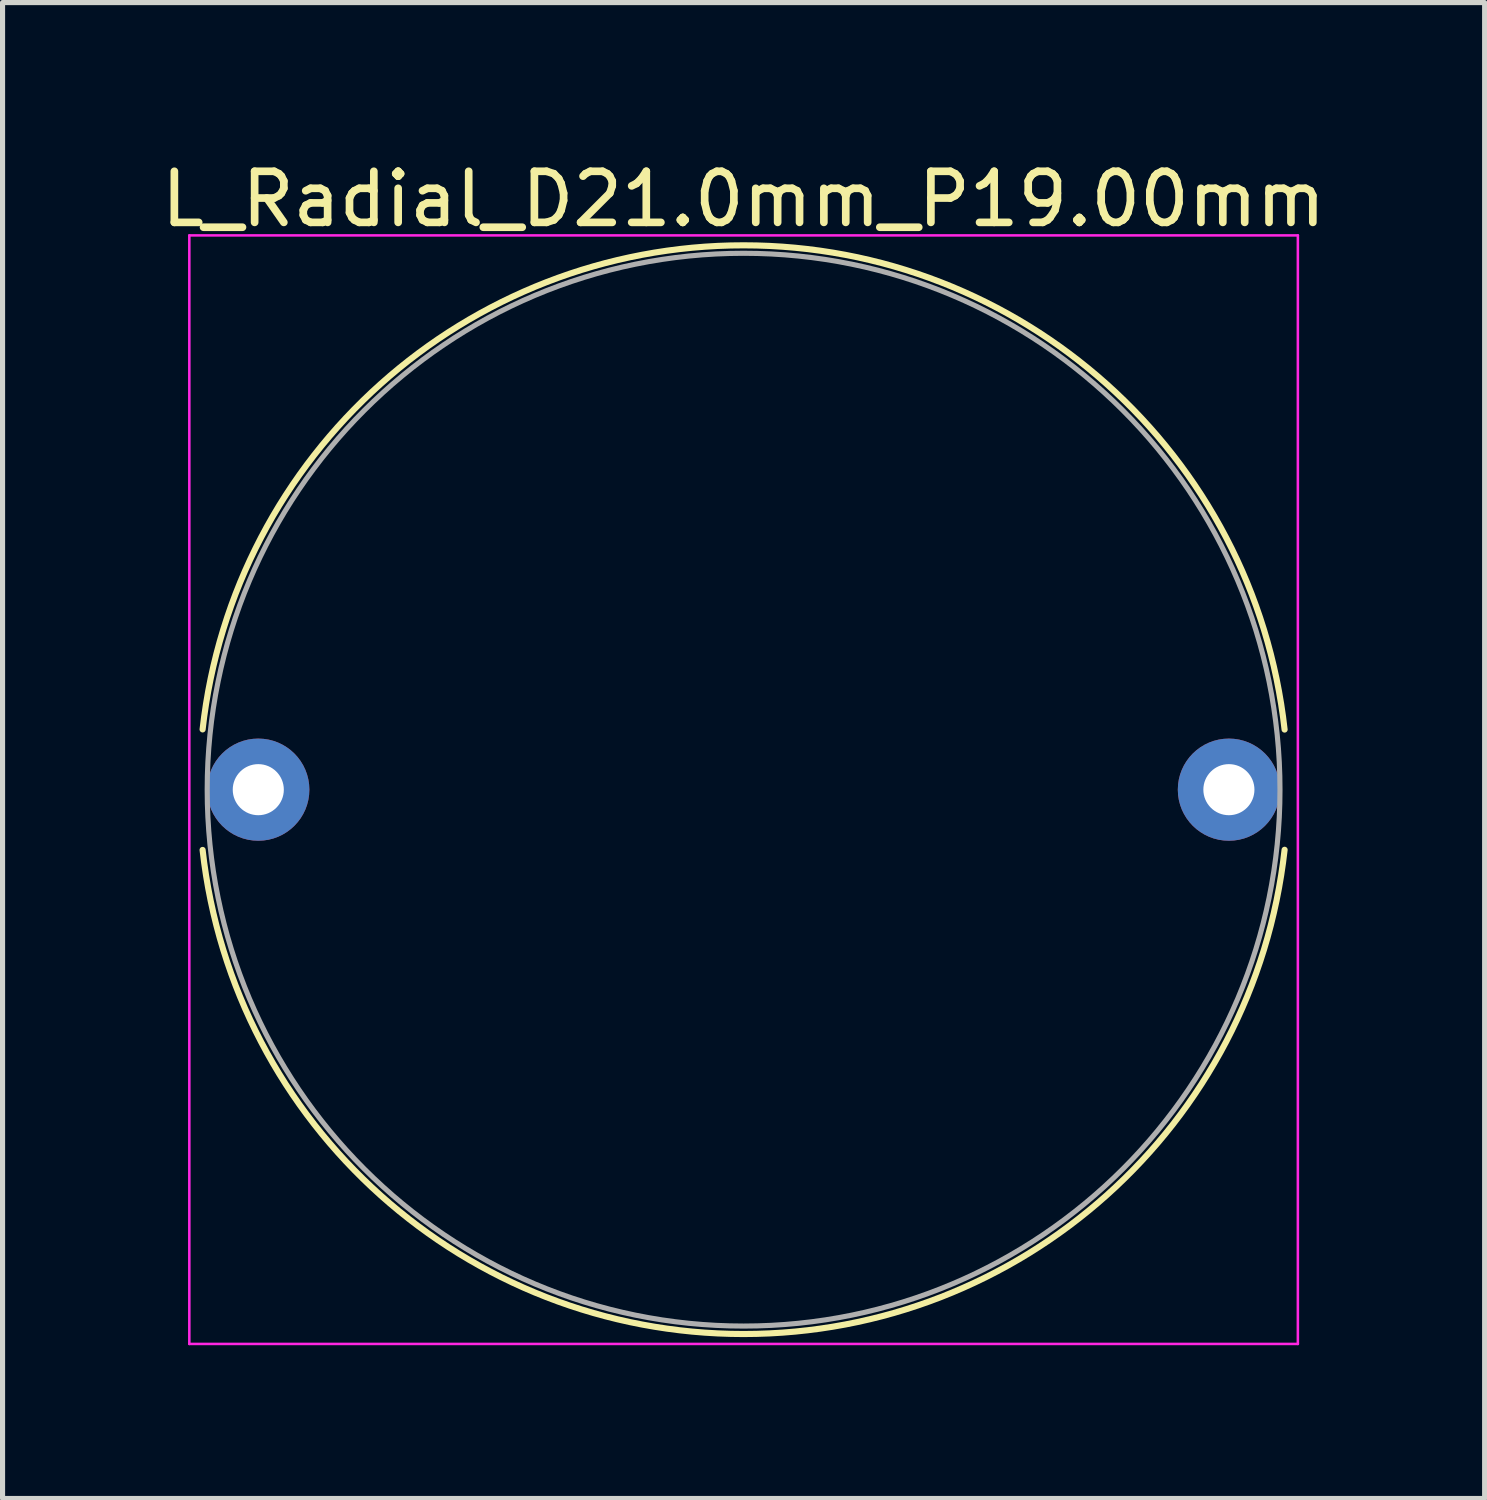
<source format=kicad_pcb>
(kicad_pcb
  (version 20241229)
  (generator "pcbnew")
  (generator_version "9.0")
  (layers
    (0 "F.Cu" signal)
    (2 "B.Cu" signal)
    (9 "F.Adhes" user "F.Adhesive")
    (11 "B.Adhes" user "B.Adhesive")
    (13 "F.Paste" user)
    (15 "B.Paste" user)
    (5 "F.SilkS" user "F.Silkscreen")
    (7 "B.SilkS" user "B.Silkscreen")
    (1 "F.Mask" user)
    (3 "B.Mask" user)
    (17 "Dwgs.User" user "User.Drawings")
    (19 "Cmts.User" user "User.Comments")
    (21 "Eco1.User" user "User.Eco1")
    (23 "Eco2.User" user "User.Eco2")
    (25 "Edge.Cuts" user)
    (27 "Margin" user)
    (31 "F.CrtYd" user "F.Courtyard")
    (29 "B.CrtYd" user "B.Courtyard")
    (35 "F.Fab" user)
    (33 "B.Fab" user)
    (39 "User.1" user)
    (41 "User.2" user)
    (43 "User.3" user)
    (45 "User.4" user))
  (footprint "L_Radial_D21.0mm_P19.00mm"
    (layer "F.Cu")
    (at 2.006 12.408)
    (property "Reference" "L_Radial_D21.0mm_P19.00mm" (at 9.5 -11.56 0) (layer "F.SilkS") (effects (font (size 1 1) (thickness 0.15))))
    (attr through_hole)
    (fp_arc (start -1.09 -1.18) (mid 9.501489 -10.655538) (end 20.090329 -1.177041) (stroke (width 0.12) (type solid)) (layer "F.SilkS"))
    (fp_arc (start 20.090329 1.177041) (mid 9.501489 10.655538) (end -1.09 1.18) (stroke (width 0.12) (type solid)) (layer "F.SilkS"))
    (fp_line (start -1.35 -10.85) (end -1.35 10.85) (stroke (width 0.05) (type solid)) (layer "F.CrtYd"))
    (fp_line (start -1.35 10.85) (end 20.35 10.85) (stroke (width 0.05) (type solid)) (layer "F.CrtYd"))
    (fp_line (start 20.35 -10.85) (end -1.35 -10.85) (stroke (width 0.05) (type solid)) (layer "F.CrtYd"))
    (fp_line (start 20.35 10.85) (end 20.35 -10.85) (stroke (width 0.05) (type solid)) (layer "F.CrtYd"))
    (fp_circle (center 9.5 0) (end 20 0) (stroke (width 0.1) (type solid)) (fill no) (layer "F.Fab"))
    (pad "1" thru_hole circle (at 0 0) (size 2 2) (drill 1) (layers "*.Cu" "*.Mask"))
    (pad "2" thru_hole circle (at 19 0) (size 2 2) (drill 1) (layers "*.Cu" "*.Mask")))
  (gr_rect
    (start -3 -3)
    (end 26.012 26.283)
    (stroke (width 0.1) (type default))
    (fill no)
    (layer "Edge.Cuts")))
</source>
